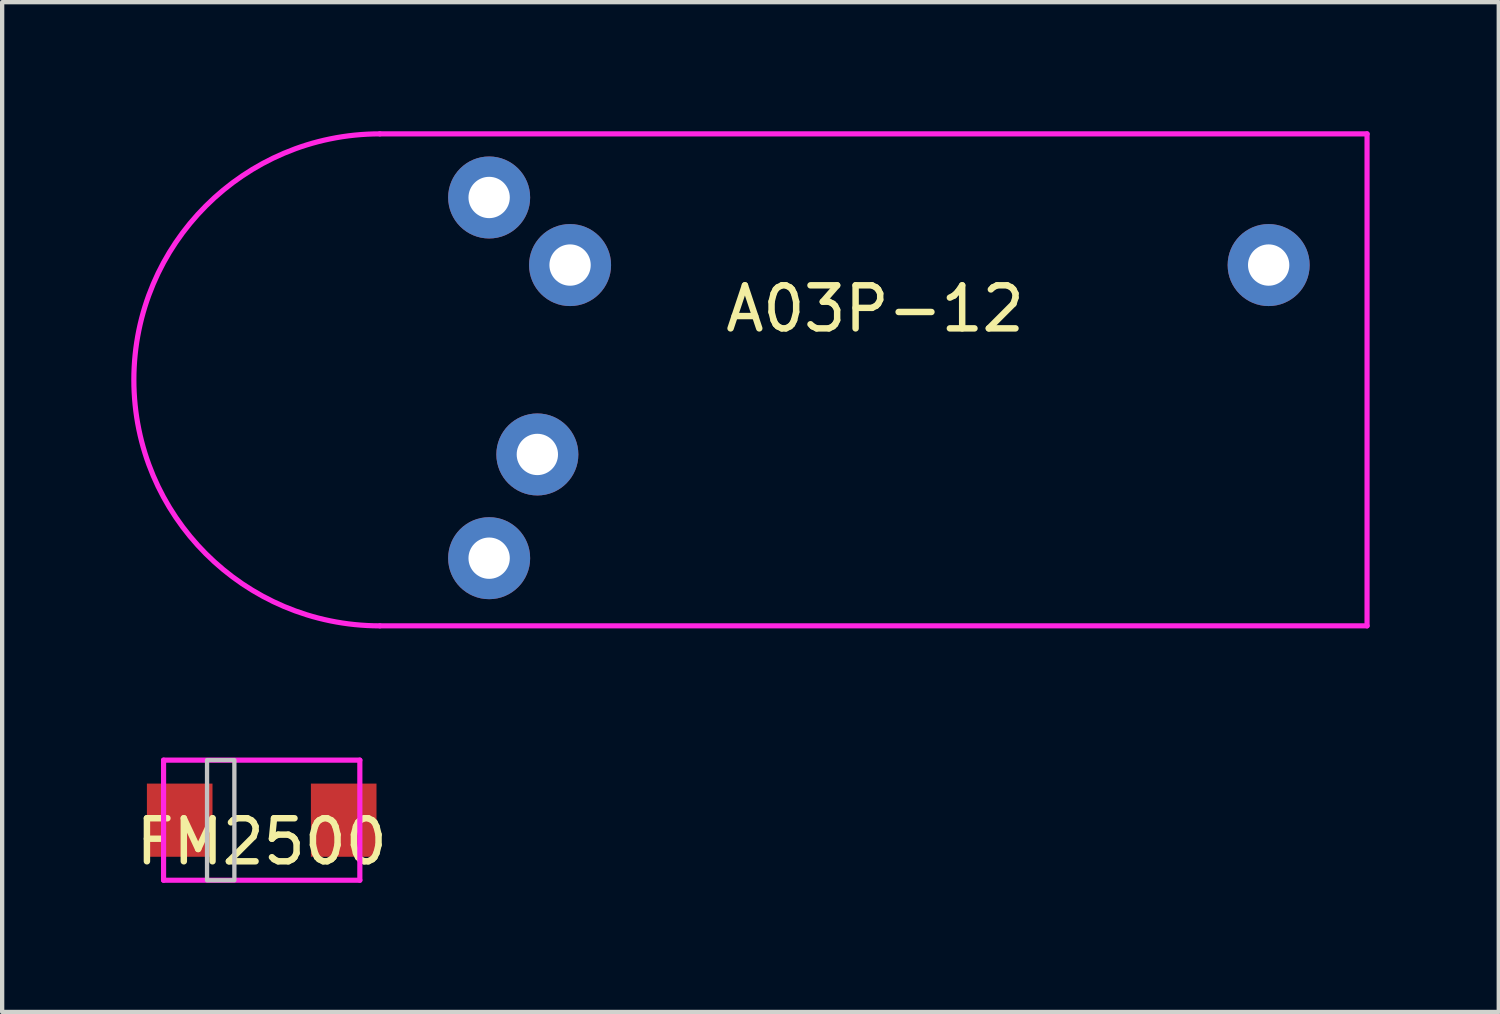
<source format=kicad_pcb>
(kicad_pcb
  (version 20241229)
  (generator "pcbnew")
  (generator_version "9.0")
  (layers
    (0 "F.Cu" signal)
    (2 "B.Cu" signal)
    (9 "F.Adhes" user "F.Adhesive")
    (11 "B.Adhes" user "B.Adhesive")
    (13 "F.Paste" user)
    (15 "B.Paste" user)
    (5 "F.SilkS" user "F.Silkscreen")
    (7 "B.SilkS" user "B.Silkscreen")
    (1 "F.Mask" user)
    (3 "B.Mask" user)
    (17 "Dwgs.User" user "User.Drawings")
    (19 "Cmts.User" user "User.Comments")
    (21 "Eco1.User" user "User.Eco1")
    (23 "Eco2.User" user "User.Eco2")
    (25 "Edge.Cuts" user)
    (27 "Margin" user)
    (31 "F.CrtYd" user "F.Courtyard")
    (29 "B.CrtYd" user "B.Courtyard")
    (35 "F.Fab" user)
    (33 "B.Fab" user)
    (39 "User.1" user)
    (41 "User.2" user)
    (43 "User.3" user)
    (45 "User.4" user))
  (footprint "FM2500"
    (layer "F.Cu")
    (at 3.03 16.005)
    (property "Reference" "FM2500" (at 0 0.5 0) (layer "F.SilkS") (effects (font (size 1 1) (thickness 0.15))))
    (attr through_hole)
    (fp_poly (pts (xy -0.635 1.397) (xy -1.27 1.397) (xy -1.27 -1.397) (xy -0.635 -1.397)) (stroke (width 0.1) (type solid)) (fill no) (layer "Dwgs.User"))
    (fp_line (start -2.28 -1.395) (end -2.28 1.395) (stroke (width 0.12) (type solid)) (layer "F.CrtYd"))
    (fp_line (start -2.28 -1.395) (end 2.28 -1.395) (stroke (width 0.12) (type solid)) (layer "F.CrtYd"))
    (fp_line (start -2.28 1.395) (end 2.28 1.395) (stroke (width 0.12) (type solid)) (layer "F.CrtYd"))
    (fp_line (start 2.28 -1.395) (end 2.28 1.395) (stroke (width 0.12) (type solid)) (layer "F.CrtYd"))
    (pad "1" smd rect (at -1.905 0) (size 1.524 1.7) (layers "F.Cu" "F.Mask" "F.Paste"))
    (pad "2" smd rect (at 1.905 0) (size 1.524 1.7) (layers "F.Cu" "F.Mask" "F.Paste")))
  (footprint "A03P-12"
    (layer "F.Cu")
    (at 16.772 5.648)
    (property "Reference" "A03P-12" (at 0.508 -1.524 0) (layer "F.SilkS") (effects (font (size 1 1) (thickness 0.15))))
    (attr through_hole)
    (fp_line (start 11.938 -5.588) (end -10.997 -5.588) (stroke (width 0.12) (type solid)) (layer "F.CrtYd"))
    (fp_line (start 11.938 -5.588) (end 11.938 5.842) (stroke (width 0.12) (type solid)) (layer "F.CrtYd"))
    (fp_line (start 11.938 5.842) (end -10.997 5.842) (stroke (width 0.12) (type solid)) (layer "F.CrtYd"))
    (fp_arc (start -10.997 5.842) (mid -16.712 0.127) (end -10.997 -5.588) (stroke (width 0.12) (type solid)) (layer "F.CrtYd"))
    (pad "1" thru_hole circle (at -8.458 -4.11) (size 1.905 1.905) (drill 0.96) (layers "*.Cu" "*.Mask"))
    (pad "2" thru_hole circle (at -7.338 1.86) (size 1.905 1.905) (drill 0.96) (layers "*.Cu" "*.Mask"))
    (pad "3" thru_hole circle (at 9.652 -2.54) (size 1.905 1.905) (drill 0.96) (layers "*.Cu" "*.Mask"))
    (pad "4" thru_hole circle (at -6.578 -2.54) (size 1.905 1.905) (drill 0.96) (layers "*.Cu" "*.Mask"))
    (pad "5" thru_hole circle (at -8.458 4.27) (size 1.905 1.905) (drill 0.96) (layers "*.Cu" "*.Mask")))
  (gr_rect
    (start -3 -3)
    (end 31.77 20.46)
    (stroke (width 0.1) (type default))
    (fill no)
    (layer "Edge.Cuts")))
</source>
